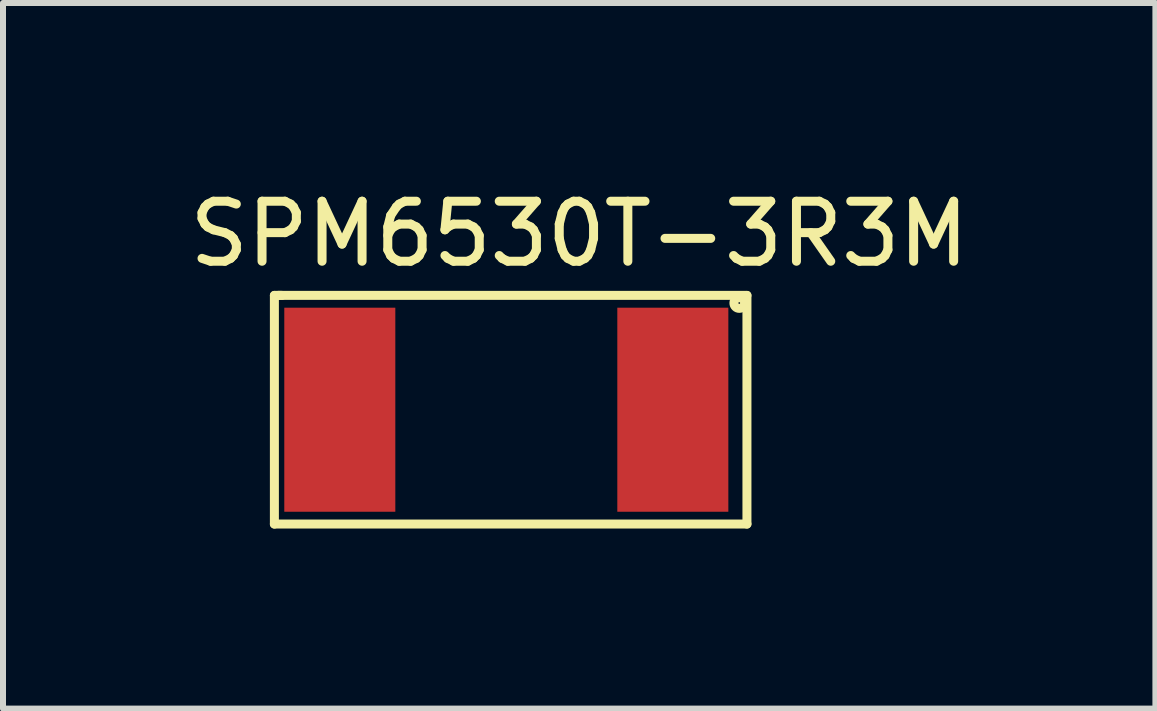
<source format=kicad_pcb>
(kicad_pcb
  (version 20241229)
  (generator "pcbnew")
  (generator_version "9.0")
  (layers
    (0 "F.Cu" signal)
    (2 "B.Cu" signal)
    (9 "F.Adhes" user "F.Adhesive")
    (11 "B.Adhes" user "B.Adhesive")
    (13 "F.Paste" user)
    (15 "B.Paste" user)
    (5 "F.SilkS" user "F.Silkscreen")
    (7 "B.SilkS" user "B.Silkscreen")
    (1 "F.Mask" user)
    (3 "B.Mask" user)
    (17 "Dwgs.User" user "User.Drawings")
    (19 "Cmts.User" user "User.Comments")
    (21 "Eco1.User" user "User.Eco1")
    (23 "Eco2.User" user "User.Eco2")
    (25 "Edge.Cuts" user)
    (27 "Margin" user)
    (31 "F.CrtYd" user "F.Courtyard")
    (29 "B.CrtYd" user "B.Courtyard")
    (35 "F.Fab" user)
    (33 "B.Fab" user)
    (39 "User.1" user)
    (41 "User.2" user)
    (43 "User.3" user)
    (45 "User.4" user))
  (footprint "SPM6530T-3R3M"
    (layer "F.Cu")
    (at 5.903 2.888)
    (property "Reference" "SPM6530T-3R3M" (at 0.699 -2.04 0) (layer "F.SilkS") (effects (font (size 1 1) (thickness 0.15))))
    (attr through_hole)
    (fp_line (start -4.381 -1.016) (end -4.255 -1.016) (stroke (width 0.15) (type solid)) (layer "F.SilkS"))
    (fp_line (start -4.381 2.794) (end -4.381 -1.016) (stroke (width 0.15) (type solid)) (layer "F.SilkS"))
    (fp_line (start -4.318 -1.016) (end 3.493 -1.016) (stroke (width 0.15) (type solid)) (layer "F.SilkS"))
    (fp_line (start 3.493 -1.016) (end 3.493 2.794) (stroke (width 0.15) (type solid)) (layer "F.SilkS"))
    (fp_line (start 3.493 2.794) (end -4.381 2.794) (stroke (width 0.15) (type solid)) (layer "F.SilkS"))
    (fp_circle (center 3.365 -0.889) (end 3.302 -0.826) (stroke (width 0.15) (type solid)) (fill no) (layer "F.SilkS"))
    (pad "1" smd rect (at 1.333 0.889) (size 1.85 3.4) (drill (offset 0.925 0)) (layers "F.Cu" "F.Mask" "F.Paste"))
    (pad "2" smd rect (at -2.366 0.889) (size 1.85 3.4) (drill (offset -0.925 0)) (layers "F.Cu" "F.Mask" "F.Paste")))
  (gr_rect
    (start -3 -3)
    (end 16.202 8.757)
    (stroke (width 0.1) (type default))
    (fill no)
    (layer "Edge.Cuts")))
</source>
